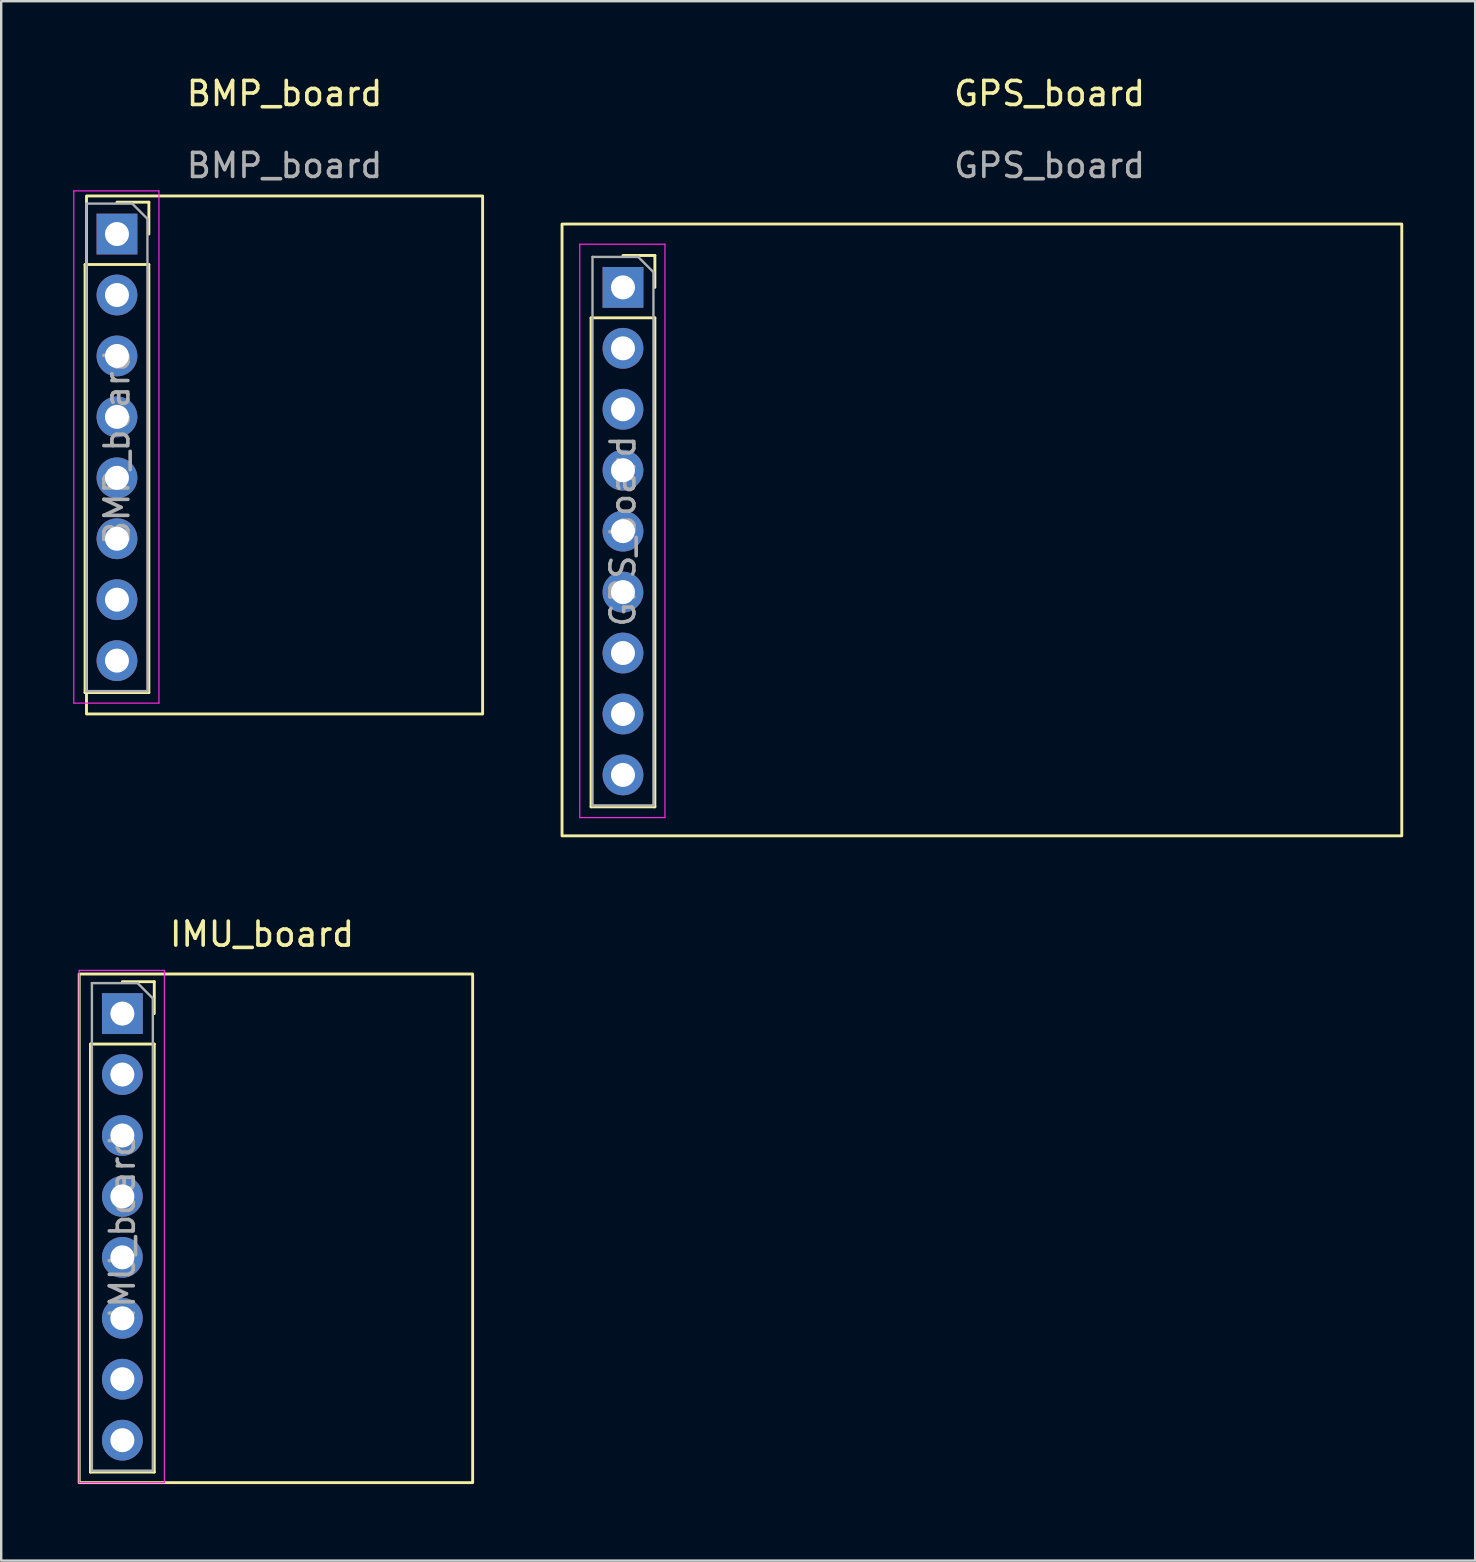
<source format=kicad_pcb>
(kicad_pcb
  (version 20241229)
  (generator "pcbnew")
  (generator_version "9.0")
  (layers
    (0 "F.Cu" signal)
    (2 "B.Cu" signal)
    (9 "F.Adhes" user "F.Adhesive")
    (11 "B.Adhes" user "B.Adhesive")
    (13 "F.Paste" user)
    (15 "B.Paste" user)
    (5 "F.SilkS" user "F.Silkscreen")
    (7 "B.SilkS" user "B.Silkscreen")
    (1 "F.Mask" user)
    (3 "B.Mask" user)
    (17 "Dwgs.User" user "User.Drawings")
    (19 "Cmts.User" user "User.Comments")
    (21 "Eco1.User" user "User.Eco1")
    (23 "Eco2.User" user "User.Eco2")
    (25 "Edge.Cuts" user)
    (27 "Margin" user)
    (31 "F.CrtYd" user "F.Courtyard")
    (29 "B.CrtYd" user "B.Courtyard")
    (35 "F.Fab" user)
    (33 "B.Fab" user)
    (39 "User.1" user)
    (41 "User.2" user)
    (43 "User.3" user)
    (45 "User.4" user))
  (footprint "BMP_board"
    (layer "F.Cu")
    (at 0.555 26.708)
    (property "Reference" "BMP_board" (at 8.255 -25.86 0) (unlocked yes) (layer "F.SilkS") (effects (font (size 1 1) (thickness 0.15))))
    (attr through_hole)
    (fp_line (start -0.06 -18.733) (end -0.06 -0.892) (stroke (width 0.12) (type solid)) (layer "F.SilkS"))
    (fp_line (start -0.06 -18.733) (end 2.6 -18.733) (stroke (width 0.12) (type solid)) (layer "F.SilkS"))
    (fp_line (start -0.06 -0.892) (end 2.6 -0.892) (stroke (width 0.12) (type solid)) (layer "F.SilkS"))
    (fp_line (start 1.27 -21.332) (end 2.6 -21.332) (stroke (width 0.12) (type solid)) (layer "F.SilkS"))
    (fp_line (start 2.6 -21.332) (end 2.6 -20.003) (stroke (width 0.12) (type solid)) (layer "F.SilkS"))
    (fp_line (start 2.6 -18.733) (end 2.6 -0.892) (stroke (width 0.12) (type solid)) (layer "F.SilkS"))
    (fp_rect (start 0 0) (end 16.51 -21.59) (stroke (width 0.12) (type solid)) (fill no) (layer "F.SilkS"))
    (fp_line (start -0.53 -21.802) (end 3.02 -21.802) (stroke (width 0.05) (type solid)) (layer "F.CrtYd"))
    (fp_line (start -0.53 -0.453) (end -0.53 -21.802) (stroke (width 0.05) (type solid)) (layer "F.CrtYd"))
    (fp_line (start 3.02 -21.802) (end 3.02 -0.453) (stroke (width 0.05) (type solid)) (layer "F.CrtYd"))
    (fp_line (start 3.02 -0.453) (end -0.53 -0.453) (stroke (width 0.05) (type solid)) (layer "F.CrtYd"))
    (fp_line (start 0 -21.273) (end 1.905 -21.273) (stroke (width 0.1) (type solid)) (layer "F.Fab"))
    (fp_line (start 0 -0.953) (end 0 -21.273) (stroke (width 0.1) (type solid)) (layer "F.Fab"))
    (fp_line (start 1.905 -21.273) (end 2.54 -20.637) (stroke (width 0.1) (type solid)) (layer "F.Fab"))
    (fp_line (start 2.54 -20.637) (end 2.54 -0.953) (stroke (width 0.1) (type solid)) (layer "F.Fab"))
    (fp_line (start 2.54 -0.953) (end 0 -0.953) (stroke (width 0.1) (type solid)) (layer "F.Fab"))
    (fp_text user "${REFERENCE}" (at 8.255 -22.86 0) (unlocked yes) (layer "F.Fab") (effects (font (size 1 1) (thickness 0.15))))
    (fp_text user "${REFERENCE}" (at 1.27 -11.113 90) (layer "F.Fab") (effects (font (size 1 1) (thickness 0.15))))
    (pad "1" thru_hole rect (at 1.27 -20.003) (size 1.7 1.7) (drill 1) (layers "*.Cu" "*.Mask"))
    (pad "2" thru_hole oval (at 1.27 -17.462) (size 1.7 1.7) (drill 1) (layers "*.Cu" "*.Mask"))
    (pad "3" thru_hole oval (at 1.27 -14.922) (size 1.7 1.7) (drill 1) (layers "*.Cu" "*.Mask"))
    (pad "4" thru_hole oval (at 1.27 -12.383) (size 1.7 1.7) (drill 1) (layers "*.Cu" "*.Mask"))
    (pad "5" thru_hole oval (at 1.27 -9.842) (size 1.7 1.7) (drill 1) (layers "*.Cu" "*.Mask"))
    (pad "6" thru_hole oval (at 1.27 -7.303) (size 1.7 1.7) (drill 1) (layers "*.Cu" "*.Mask"))
    (pad "7" thru_hole oval (at 1.27 -4.763) (size 1.7 1.7) (drill 1) (layers "*.Cu" "*.Mask"))
    (pad "8" thru_hole oval (at 1.27 -2.223) (size 1.7 1.7) (drill 1) (layers "*.Cu" "*.Mask")))
  (footprint "IMU_board"
    (layer "F.Cu")
    (at 0.25 58.746)
    (property "Reference" "IMU_board" (at 7.62 -22.86 0) (unlocked yes) (layer "F.SilkS") (effects (font (size 1 1) (thickness 0.15))))
    (attr through_hole)
    (fp_line (start 0.47 -18.28) (end 0.47 -0.44) (stroke (width 0.12) (type solid)) (layer "F.SilkS"))
    (fp_line (start 0.47 -18.28) (end 3.13 -18.28) (stroke (width 0.12) (type solid)) (layer "F.SilkS"))
    (fp_line (start 0.47 -0.44) (end 3.13 -0.44) (stroke (width 0.12) (type solid)) (layer "F.SilkS"))
    (fp_line (start 1.8 -20.88) (end 3.13 -20.88) (stroke (width 0.12) (type solid)) (layer "F.SilkS"))
    (fp_line (start 3.13 -20.88) (end 3.13 -19.55) (stroke (width 0.12) (type solid)) (layer "F.SilkS"))
    (fp_line (start 3.13 -18.28) (end 3.13 -0.44) (stroke (width 0.12) (type solid)) (layer "F.SilkS"))
    (fp_rect (start 0 0) (end 16.4 -21.2) (stroke (width 0.12) (type solid)) (fill no) (layer "F.SilkS"))
    (fp_line (start 0 -21.35) (end 3.55 -21.35) (stroke (width 0.05) (type solid)) (layer "F.CrtYd"))
    (fp_line (start 0 0) (end 0 -21.35) (stroke (width 0.05) (type solid)) (layer "F.CrtYd"))
    (fp_line (start 3.55 -21.35) (end 3.55 0) (stroke (width 0.05) (type solid)) (layer "F.CrtYd"))
    (fp_line (start 3.55 0) (end 0 0) (stroke (width 0.05) (type solid)) (layer "F.CrtYd"))
    (fp_line (start 0.53 -20.82) (end 2.435 -20.82) (stroke (width 0.1) (type solid)) (layer "F.Fab"))
    (fp_line (start 0.53 -0.5) (end 0.53 -20.82) (stroke (width 0.1) (type solid)) (layer "F.Fab"))
    (fp_line (start 2.435 -20.82) (end 3.07 -20.185) (stroke (width 0.1) (type solid)) (layer "F.Fab"))
    (fp_line (start 3.07 -20.185) (end 3.07 -0.5) (stroke (width 0.1) (type solid)) (layer "F.Fab"))
    (fp_line (start 3.07 -0.5) (end 0.53 -0.5) (stroke (width 0.1) (type solid)) (layer "F.Fab"))
    (fp_text user "${REFERENCE}" (at 1.8 -10.66 90) (layer "F.Fab") (effects (font (size 1 1) (thickness 0.15))))
    (pad "1" thru_hole rect (at 1.8 -19.55) (size 1.7 1.7) (drill 1) (layers "*.Cu" "*.Mask"))
    (pad "2" thru_hole oval (at 1.8 -17.01) (size 1.7 1.7) (drill 1) (layers "*.Cu" "*.Mask"))
    (pad "3" thru_hole oval (at 1.8 -14.47) (size 1.7 1.7) (drill 1) (layers "*.Cu" "*.Mask"))
    (pad "4" thru_hole oval (at 1.8 -11.93) (size 1.7 1.7) (drill 1) (layers "*.Cu" "*.Mask"))
    (pad "5" thru_hole oval (at 1.8 -9.39) (size 1.7 1.7) (drill 1) (layers "*.Cu" "*.Mask"))
    (pad "6" thru_hole oval (at 1.8 -6.85) (size 1.7 1.7) (drill 1) (layers "*.Cu" "*.Mask"))
    (pad "7" thru_hole oval (at 1.8 -4.31) (size 1.7 1.7) (drill 1) (layers "*.Cu" "*.Mask"))
    (pad "8" thru_hole oval (at 1.8 -1.77) (size 1.7 1.7) (drill 1) (layers "*.Cu" "*.Mask")))
  (footprint "GPS_board"
    (layer "F.Cu")
    (at 20.375 31.788)
    (property "Reference" "GPS_board" (at 20.32 -30.94 0) (unlocked yes) (layer "F.SilkS") (effects (font (size 1 1) (thickness 0.15))))
    (attr through_hole)
    (fp_line (start 1.21 -21.59) (end 1.21 -1.21) (stroke (width 0.12) (type solid)) (layer "F.SilkS"))
    (fp_line (start 1.21 -21.59) (end 3.87 -21.59) (stroke (width 0.12) (type solid)) (layer "F.SilkS"))
    (fp_line (start 1.21 -1.21) (end 3.87 -1.21) (stroke (width 0.12) (type solid)) (layer "F.SilkS"))
    (fp_line (start 2.54 -24.19) (end 3.87 -24.19) (stroke (width 0.12) (type solid)) (layer "F.SilkS"))
    (fp_line (start 3.87 -24.19) (end 3.87 -22.86) (stroke (width 0.12) (type solid)) (layer "F.SilkS"))
    (fp_line (start 3.87 -21.59) (end 3.87 -1.21) (stroke (width 0.12) (type solid)) (layer "F.SilkS"))
    (fp_rect (start 0 -25.5) (end 35 0) (stroke (width 0.12) (type solid)) (fill no) (layer "F.SilkS"))
    (fp_line (start 0.74 -24.66) (end 4.29 -24.66) (stroke (width 0.05) (type solid)) (layer "F.CrtYd"))
    (fp_line (start 0.74 -0.76) (end 0.74 -24.66) (stroke (width 0.05) (type solid)) (layer "F.CrtYd"))
    (fp_line (start 4.29 -24.66) (end 4.29 -0.76) (stroke (width 0.05) (type solid)) (layer "F.CrtYd"))
    (fp_line (start 4.29 -0.76) (end 0.74 -0.76) (stroke (width 0.05) (type solid)) (layer "F.CrtYd"))
    (fp_line (start 1.27 -24.13) (end 3.175 -24.13) (stroke (width 0.1) (type solid)) (layer "F.Fab"))
    (fp_line (start 1.27 -1.27) (end 1.27 -24.13) (stroke (width 0.1) (type solid)) (layer "F.Fab"))
    (fp_line (start 3.175 -24.13) (end 3.81 -23.495) (stroke (width 0.1) (type solid)) (layer "F.Fab"))
    (fp_line (start 3.81 -23.495) (end 3.81 -1.27) (stroke (width 0.1) (type solid)) (layer "F.Fab"))
    (fp_line (start 3.81 -1.27) (end 1.27 -1.27) (stroke (width 0.1) (type solid)) (layer "F.Fab"))
    (fp_text user "${REFERENCE}" (at 2.54 -12.7 90) (layer "F.Fab") (effects (font (size 1 1) (thickness 0.15))))
    (fp_text user "${REFERENCE}" (at 20.32 -27.94 0) (unlocked yes) (layer "F.Fab") (effects (font (size 1 1) (thickness 0.15))))
    (pad "1" thru_hole rect (at 2.54 -22.86) (size 1.7 1.7) (drill 1) (layers "*.Cu" "*.Mask"))
    (pad "2" thru_hole oval (at 2.54 -20.32) (size 1.7 1.7) (drill 1) (layers "*.Cu" "*.Mask"))
    (pad "3" thru_hole oval (at 2.54 -17.78) (size 1.7 1.7) (drill 1) (layers "*.Cu" "*.Mask"))
    (pad "4" thru_hole oval (at 2.54 -15.24) (size 1.7 1.7) (drill 1) (layers "*.Cu" "*.Mask"))
    (pad "5" thru_hole oval (at 2.54 -12.7) (size 1.7 1.7) (drill 1) (layers "*.Cu" "*.Mask"))
    (pad "6" thru_hole oval (at 2.54 -10.16) (size 1.7 1.7) (drill 1) (layers "*.Cu" "*.Mask"))
    (pad "7" thru_hole oval (at 2.54 -7.62) (size 1.7 1.7) (drill 1) (layers "*.Cu" "*.Mask"))
    (pad "8" thru_hole oval (at 2.54 -5.08) (size 1.7 1.7) (drill 1) (layers "*.Cu" "*.Mask"))
    (pad "9" thru_hole oval (at 2.54 -2.54) (size 1.7 1.7) (drill 1) (layers "*.Cu" "*.Mask")))
  (gr_rect
    (start -3 -3)
    (end 58.435 61.996)
    (stroke (width 0.1) (type default))
    (fill no)
    (layer "Edge.Cuts")))
</source>
